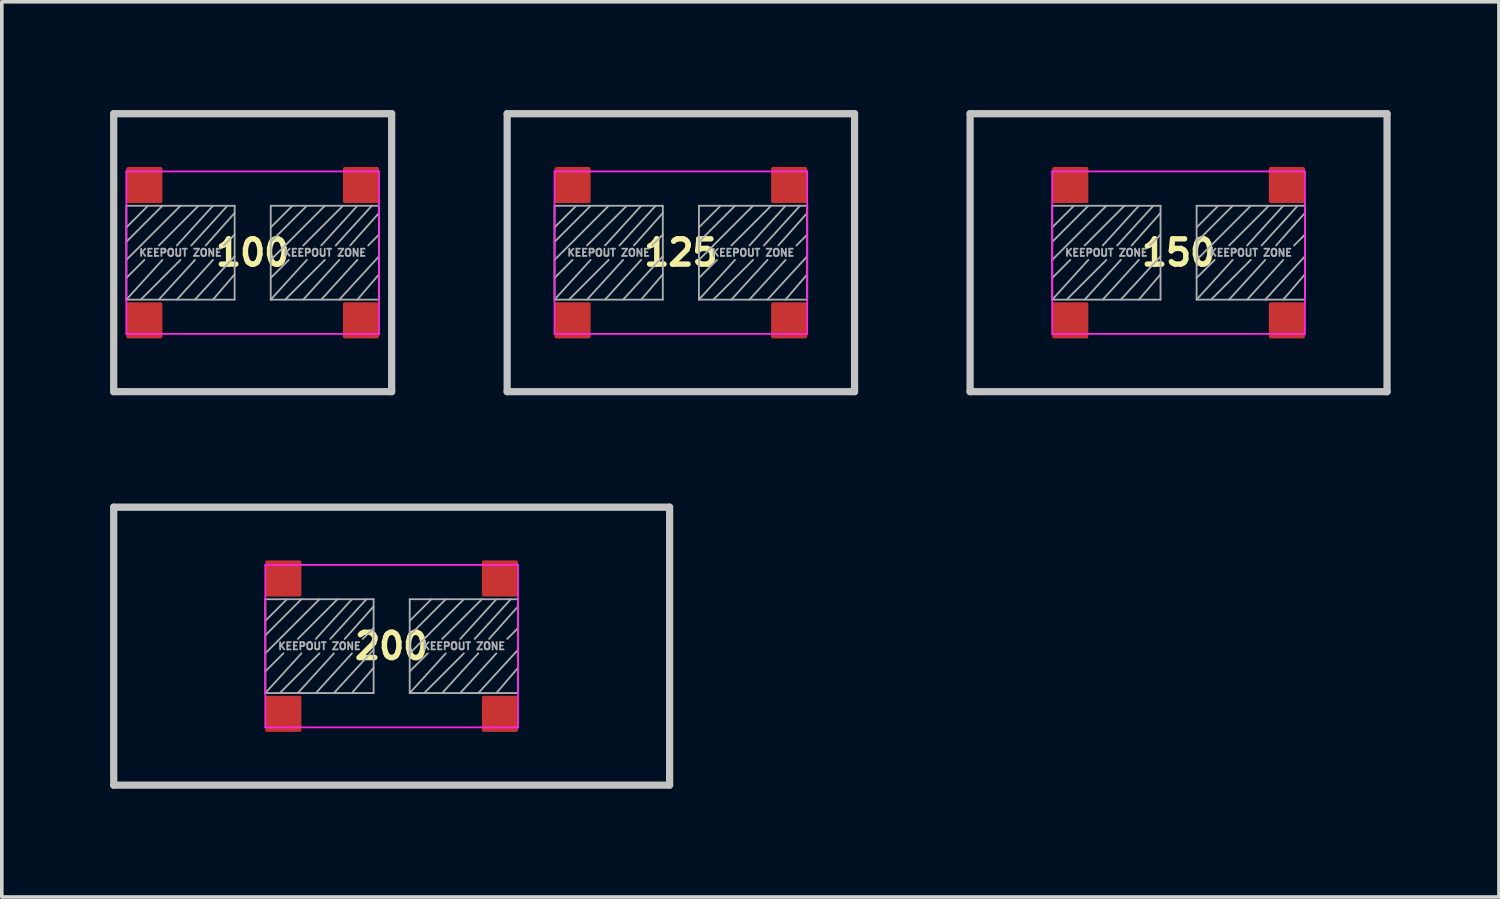
<source format=kicad_pcb>
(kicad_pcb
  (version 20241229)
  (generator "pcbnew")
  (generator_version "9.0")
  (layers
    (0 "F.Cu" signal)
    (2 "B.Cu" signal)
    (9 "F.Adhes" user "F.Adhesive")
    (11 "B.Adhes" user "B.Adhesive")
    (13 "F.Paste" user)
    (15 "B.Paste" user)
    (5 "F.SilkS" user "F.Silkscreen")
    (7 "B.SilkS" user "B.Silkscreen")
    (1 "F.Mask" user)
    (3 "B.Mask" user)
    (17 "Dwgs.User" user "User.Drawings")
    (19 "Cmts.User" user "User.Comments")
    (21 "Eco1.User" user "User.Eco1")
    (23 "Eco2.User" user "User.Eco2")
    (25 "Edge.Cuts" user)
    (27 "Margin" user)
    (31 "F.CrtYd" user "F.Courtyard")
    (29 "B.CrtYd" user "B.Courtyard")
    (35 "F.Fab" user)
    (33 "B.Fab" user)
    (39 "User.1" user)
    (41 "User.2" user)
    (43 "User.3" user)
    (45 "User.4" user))
  (footprint "150"
    (layer "F.Cu")
    (at 29.6 3.95)
    (property "Reference" "150" (at 0 0 180) (layer "F.SilkS") (effects (font (size 0.7 0.7) (thickness 0.15))))
    (attr smd)
    (fp_line (start -5.775 -3.85) (end 5.775 -3.85) (stroke (width 0.2) (type solid)) (layer "Dwgs.User"))
    (fp_line (start -5.775 3.85) (end -5.775 -3.85) (stroke (width 0.2) (type solid)) (layer "Dwgs.User"))
    (fp_line (start 5.775 -3.85) (end 5.775 3.85) (stroke (width 0.2) (type solid)) (layer "Dwgs.User"))
    (fp_line (start 5.775 3.85) (end -5.775 3.85) (stroke (width 0.2) (type solid)) (layer "Dwgs.User"))
    (fp_line (start -3.5 -2.25) (end -3.5 2.25) (stroke (width 0.05) (type solid)) (layer "F.CrtYd"))
    (fp_line (start -3.5 2.25) (end 3.5 2.25) (stroke (width 0.05) (type solid)) (layer "F.CrtYd"))
    (fp_line (start 3.5 -2.25) (end -3.5 -2.25) (stroke (width 0.05) (type solid)) (layer "F.CrtYd"))
    (fp_line (start 3.5 2.25) (end 3.5 -2.25) (stroke (width 0.05) (type solid)) (layer "F.CrtYd"))
    (fp_line (start -3.5 -1.3) (end -0.5 -1.3) (stroke (width 0.05) (type solid)) (layer "F.Fab"))
    (fp_line (start -3.5 -0.7) (end -2.9 -1.3) (stroke (width 0.05) (type solid)) (layer "F.Fab"))
    (fp_line (start -3.5 -0.3) (end -2.5 -1.3) (stroke (width 0.05) (type solid)) (layer "F.Fab"))
    (fp_line (start -3.5 0.2) (end -2 -1.3) (stroke (width 0.05) (type solid)) (layer "F.Fab"))
    (fp_line (start -3.5 0.7) (end -3 0.2) (stroke (width 0.05) (type solid)) (layer "F.Fab"))
    (fp_line (start -3.5 1.3) (end -3.5 -1.3) (stroke (width 0.05) (type solid)) (layer "F.Fab"))
    (fp_line (start -3.5 1.3) (end -2.5 0.2) (stroke (width 0.05) (type solid)) (layer "F.Fab"))
    (fp_line (start -2.6 1.3) (end -1.6 0.2) (stroke (width 0.05) (type solid)) (layer "F.Fab"))
    (fp_line (start -2.1 1.3) (end -1.1 0.2) (stroke (width 0.05) (type solid)) (layer "F.Fab"))
    (fp_line (start -2 0.2) (end -3.1 1.3) (stroke (width 0.05) (type solid)) (layer "F.Fab"))
    (fp_line (start -1.7 -0.2) (end -0.7 -1.3) (stroke (width 0.05) (type solid)) (layer "F.Fab"))
    (fp_line (start -1.6 1.3) (end -0.5 0.1) (stroke (width 0.05) (type solid)) (layer "F.Fab"))
    (fp_line (start -1.5 -1.3) (end -2.6 -0.2) (stroke (width 0.05) (type solid)) (layer "F.Fab"))
    (fp_line (start -1.1 -1.3) (end -2.1 -0.2) (stroke (width 0.05) (type solid)) (layer "F.Fab"))
    (fp_line (start -0.5 -1.3) (end -0.5 1.3) (stroke (width 0.05) (type solid)) (layer "F.Fab"))
    (fp_line (start -0.5 -1.1) (end -1.3 -0.2) (stroke (width 0.05) (type solid)) (layer "F.Fab"))
    (fp_line (start -0.5 -0.5) (end -0.8 -0.2) (stroke (width 0.05) (type solid)) (layer "F.Fab"))
    (fp_line (start -0.5 0.6) (end -1.1 1.3) (stroke (width 0.05) (type solid)) (layer "F.Fab"))
    (fp_line (start -0.5 1.3) (end -3.5 1.3) (stroke (width 0.05) (type solid)) (layer "F.Fab"))
    (fp_line (start 0.5 -1.3) (end 3.5 -1.3) (stroke (width 0.05) (type solid)) (layer "F.Fab"))
    (fp_line (start 0.5 -0.7) (end 1.1 -1.3) (stroke (width 0.05) (type solid)) (layer "F.Fab"))
    (fp_line (start 0.5 -0.3) (end 1.5 -1.3) (stroke (width 0.05) (type solid)) (layer "F.Fab"))
    (fp_line (start 0.5 0.2) (end 2 -1.3) (stroke (width 0.05) (type solid)) (layer "F.Fab"))
    (fp_line (start 0.5 0.7) (end 1 0.2) (stroke (width 0.05) (type solid)) (layer "F.Fab"))
    (fp_line (start 0.5 1.3) (end 0.5 -1.3) (stroke (width 0.05) (type solid)) (layer "F.Fab"))
    (fp_line (start 0.5 1.3) (end 1.5 0.2) (stroke (width 0.05) (type solid)) (layer "F.Fab"))
    (fp_line (start 1.4 1.3) (end 2.4 0.2) (stroke (width 0.05) (type solid)) (layer "F.Fab"))
    (fp_line (start 1.9 1.3) (end 2.9 0.2) (stroke (width 0.05) (type solid)) (layer "F.Fab"))
    (fp_line (start 2 0.2) (end 0.9 1.3) (stroke (width 0.05) (type solid)) (layer "F.Fab"))
    (fp_line (start 2.3 -0.2) (end 3.3 -1.3) (stroke (width 0.05) (type solid)) (layer "F.Fab"))
    (fp_line (start 2.4 1.3) (end 3.5 0.1) (stroke (width 0.05) (type solid)) (layer "F.Fab"))
    (fp_line (start 2.5 -1.3) (end 1.4 -0.2) (stroke (width 0.05) (type solid)) (layer "F.Fab"))
    (fp_line (start 2.9 -1.3) (end 1.9 -0.2) (stroke (width 0.05) (type solid)) (layer "F.Fab"))
    (fp_line (start 3.5 -1.3) (end 3.5 1.3) (stroke (width 0.05) (type solid)) (layer "F.Fab"))
    (fp_line (start 3.5 -1.1) (end 2.7 -0.2) (stroke (width 0.05) (type solid)) (layer "F.Fab"))
    (fp_line (start 3.5 -0.5) (end 3.2 -0.2) (stroke (width 0.05) (type solid)) (layer "F.Fab"))
    (fp_line (start 3.5 0.6) (end 2.9 1.3) (stroke (width 0.05) (type solid)) (layer "F.Fab"))
    (fp_line (start 3.5 1.3) (end 0.5 1.3) (stroke (width 0.05) (type solid)) (layer "F.Fab"))
    (fp_text user "KEEPOUT ZONE" (at 2 0 0) (layer "F.Fab") (effects (font (size 0.2 0.2) (thickness 0.05))))
    (fp_text user "KEEPOUT ZONE" (at -2 0 0) (layer "F.Fab") (effects (font (size 0.2 0.2) (thickness 0.05))))
    (pad "1" smd roundrect (at -3 -1.875) (size 1 1) (layers "F.Cu" "F.Mask" "F.Paste") (roundrect_rratio 0.05))
    (pad "1" smd roundrect (at 3 -1.875) (size 1 1) (layers "F.Cu" "F.Mask" "F.Paste") (roundrect_rratio 0.05))
    (pad "2" smd roundrect (at -3 1.875) (size 1 1) (layers "F.Cu" "F.Mask" "F.Paste") (roundrect_rratio 0.05))
    (pad "2" smd roundrect (at 3 1.875) (size 1 1) (layers "F.Cu" "F.Mask" "F.Paste") (roundrect_rratio 0.05)))
  (footprint "200"
    (layer "F.Cu")
    (at 7.8 14.85)
    (property "Reference" "200" (at 0 0 180) (layer "F.SilkS") (effects (font (size 0.7 0.7) (thickness 0.15))))
    (attr smd)
    (fp_line (start -7.7 -3.85) (end 7.7 -3.85) (stroke (width 0.2) (type solid)) (layer "Dwgs.User"))
    (fp_line (start -7.7 3.85) (end -7.7 -3.85) (stroke (width 0.2) (type solid)) (layer "Dwgs.User"))
    (fp_line (start 7.7 -3.85) (end 7.7 3.85) (stroke (width 0.2) (type solid)) (layer "Dwgs.User"))
    (fp_line (start 7.7 3.85) (end -7.7 3.85) (stroke (width 0.2) (type solid)) (layer "Dwgs.User"))
    (fp_line (start -3.5 -2.25) (end -3.5 2.25) (stroke (width 0.05) (type solid)) (layer "F.CrtYd"))
    (fp_line (start -3.5 2.25) (end 3.5 2.25) (stroke (width 0.05) (type solid)) (layer "F.CrtYd"))
    (fp_line (start 3.5 -2.25) (end -3.5 -2.25) (stroke (width 0.05) (type solid)) (layer "F.CrtYd"))
    (fp_line (start 3.5 2.25) (end 3.5 -2.25) (stroke (width 0.05) (type solid)) (layer "F.CrtYd"))
    (fp_line (start -3.5 -1.3) (end -0.5 -1.3) (stroke (width 0.05) (type solid)) (layer "F.Fab"))
    (fp_line (start -3.5 -0.7) (end -2.9 -1.3) (stroke (width 0.05) (type solid)) (layer "F.Fab"))
    (fp_line (start -3.5 -0.3) (end -2.5 -1.3) (stroke (width 0.05) (type solid)) (layer "F.Fab"))
    (fp_line (start -3.5 0.2) (end -2 -1.3) (stroke (width 0.05) (type solid)) (layer "F.Fab"))
    (fp_line (start -3.5 0.7) (end -3 0.2) (stroke (width 0.05) (type solid)) (layer "F.Fab"))
    (fp_line (start -3.5 1.3) (end -3.5 -1.3) (stroke (width 0.05) (type solid)) (layer "F.Fab"))
    (fp_line (start -3.5 1.3) (end -2.5 0.2) (stroke (width 0.05) (type solid)) (layer "F.Fab"))
    (fp_line (start -2.6 1.3) (end -1.6 0.2) (stroke (width 0.05) (type solid)) (layer "F.Fab"))
    (fp_line (start -2.1 1.3) (end -1.1 0.2) (stroke (width 0.05) (type solid)) (layer "F.Fab"))
    (fp_line (start -2 0.2) (end -3.1 1.3) (stroke (width 0.05) (type solid)) (layer "F.Fab"))
    (fp_line (start -1.7 -0.2) (end -0.7 -1.3) (stroke (width 0.05) (type solid)) (layer "F.Fab"))
    (fp_line (start -1.6 1.3) (end -0.5 0.1) (stroke (width 0.05) (type solid)) (layer "F.Fab"))
    (fp_line (start -1.5 -1.3) (end -2.6 -0.2) (stroke (width 0.05) (type solid)) (layer "F.Fab"))
    (fp_line (start -1.1 -1.3) (end -2.1 -0.2) (stroke (width 0.05) (type solid)) (layer "F.Fab"))
    (fp_line (start -0.5 -1.3) (end -0.5 1.3) (stroke (width 0.05) (type solid)) (layer "F.Fab"))
    (fp_line (start -0.5 -1.1) (end -1.3 -0.2) (stroke (width 0.05) (type solid)) (layer "F.Fab"))
    (fp_line (start -0.5 -0.5) (end -0.8 -0.2) (stroke (width 0.05) (type solid)) (layer "F.Fab"))
    (fp_line (start -0.5 0.6) (end -1.1 1.3) (stroke (width 0.05) (type solid)) (layer "F.Fab"))
    (fp_line (start -0.5 1.3) (end -3.5 1.3) (stroke (width 0.05) (type solid)) (layer "F.Fab"))
    (fp_line (start 0.5 -1.3) (end 3.5 -1.3) (stroke (width 0.05) (type solid)) (layer "F.Fab"))
    (fp_line (start 0.5 -0.7) (end 1.1 -1.3) (stroke (width 0.05) (type solid)) (layer "F.Fab"))
    (fp_line (start 0.5 -0.3) (end 1.5 -1.3) (stroke (width 0.05) (type solid)) (layer "F.Fab"))
    (fp_line (start 0.5 0.2) (end 2 -1.3) (stroke (width 0.05) (type solid)) (layer "F.Fab"))
    (fp_line (start 0.5 0.7) (end 1 0.2) (stroke (width 0.05) (type solid)) (layer "F.Fab"))
    (fp_line (start 0.5 1.3) (end 0.5 -1.3) (stroke (width 0.05) (type solid)) (layer "F.Fab"))
    (fp_line (start 0.5 1.3) (end 1.5 0.2) (stroke (width 0.05) (type solid)) (layer "F.Fab"))
    (fp_line (start 1.4 1.3) (end 2.4 0.2) (stroke (width 0.05) (type solid)) (layer "F.Fab"))
    (fp_line (start 1.9 1.3) (end 2.9 0.2) (stroke (width 0.05) (type solid)) (layer "F.Fab"))
    (fp_line (start 2 0.2) (end 0.9 1.3) (stroke (width 0.05) (type solid)) (layer "F.Fab"))
    (fp_line (start 2.3 -0.2) (end 3.3 -1.3) (stroke (width 0.05) (type solid)) (layer "F.Fab"))
    (fp_line (start 2.4 1.3) (end 3.5 0.1) (stroke (width 0.05) (type solid)) (layer "F.Fab"))
    (fp_line (start 2.5 -1.3) (end 1.4 -0.2) (stroke (width 0.05) (type solid)) (layer "F.Fab"))
    (fp_line (start 2.9 -1.3) (end 1.9 -0.2) (stroke (width 0.05) (type solid)) (layer "F.Fab"))
    (fp_line (start 3.5 -1.3) (end 3.5 1.3) (stroke (width 0.05) (type solid)) (layer "F.Fab"))
    (fp_line (start 3.5 -1.1) (end 2.7 -0.2) (stroke (width 0.05) (type solid)) (layer "F.Fab"))
    (fp_line (start 3.5 -0.5) (end 3.2 -0.2) (stroke (width 0.05) (type solid)) (layer "F.Fab"))
    (fp_line (start 3.5 0.6) (end 2.9 1.3) (stroke (width 0.05) (type solid)) (layer "F.Fab"))
    (fp_line (start 3.5 1.3) (end 0.5 1.3) (stroke (width 0.05) (type solid)) (layer "F.Fab"))
    (fp_text user "KEEPOUT ZONE" (at 2 0 0) (layer "F.Fab") (effects (font (size 0.2 0.2) (thickness 0.05))))
    (fp_text user "KEEPOUT ZONE" (at -2 0 0) (layer "F.Fab") (effects (font (size 0.2 0.2) (thickness 0.05))))
    (pad "1" smd roundrect (at -3 -1.875) (size 1 1) (layers "F.Cu" "F.Mask" "F.Paste") (roundrect_rratio 0.05))
    (pad "1" smd roundrect (at 3 -1.875) (size 1 1) (layers "F.Cu" "F.Mask" "F.Paste") (roundrect_rratio 0.05))
    (pad "2" smd roundrect (at -3 1.875) (size 1 1) (layers "F.Cu" "F.Mask" "F.Paste") (roundrect_rratio 0.05))
    (pad "2" smd roundrect (at 3 1.875) (size 1 1) (layers "F.Cu" "F.Mask" "F.Paste") (roundrect_rratio 0.05)))
  (footprint "100"
    (layer "F.Cu")
    (at 3.95 3.95)
    (property "Reference" "100" (at 0 0 180) (layer "F.SilkS") (effects (font (size 0.7 0.7) (thickness 0.15))))
    (attr smd)
    (fp_line (start -3.85 -3.85) (end 3.85 -3.85) (stroke (width 0.2) (type solid)) (layer "Dwgs.User"))
    (fp_line (start -3.85 3.85) (end -3.85 -3.85) (stroke (width 0.2) (type solid)) (layer "Dwgs.User"))
    (fp_line (start 3.85 -3.85) (end 3.85 3.85) (stroke (width 0.2) (type solid)) (layer "Dwgs.User"))
    (fp_line (start 3.85 3.85) (end -3.85 3.85) (stroke (width 0.2) (type solid)) (layer "Dwgs.User"))
    (fp_line (start -3.5 -2.25) (end -3.5 2.25) (stroke (width 0.05) (type solid)) (layer "F.CrtYd"))
    (fp_line (start -3.5 2.25) (end 3.5 2.25) (stroke (width 0.05) (type solid)) (layer "F.CrtYd"))
    (fp_line (start 3.5 -2.25) (end -3.5 -2.25) (stroke (width 0.05) (type solid)) (layer "F.CrtYd"))
    (fp_line (start 3.5 2.25) (end 3.5 -2.25) (stroke (width 0.05) (type solid)) (layer "F.CrtYd"))
    (fp_line (start -3.5 -1.3) (end -0.5 -1.3) (stroke (width 0.05) (type solid)) (layer "F.Fab"))
    (fp_line (start -3.5 -0.7) (end -2.9 -1.3) (stroke (width 0.05) (type solid)) (layer "F.Fab"))
    (fp_line (start -3.5 -0.3) (end -2.5 -1.3) (stroke (width 0.05) (type solid)) (layer "F.Fab"))
    (fp_line (start -3.5 0.2) (end -2 -1.3) (stroke (width 0.05) (type solid)) (layer "F.Fab"))
    (fp_line (start -3.5 0.7) (end -3 0.2) (stroke (width 0.05) (type solid)) (layer "F.Fab"))
    (fp_line (start -3.5 1.3) (end -3.5 -1.3) (stroke (width 0.05) (type solid)) (layer "F.Fab"))
    (fp_line (start -3.5 1.3) (end -2.5 0.2) (stroke (width 0.05) (type solid)) (layer "F.Fab"))
    (fp_line (start -2.6 1.3) (end -1.6 0.2) (stroke (width 0.05) (type solid)) (layer "F.Fab"))
    (fp_line (start -2.1 1.3) (end -1.1 0.2) (stroke (width 0.05) (type solid)) (layer "F.Fab"))
    (fp_line (start -2 0.2) (end -3.1 1.3) (stroke (width 0.05) (type solid)) (layer "F.Fab"))
    (fp_line (start -1.7 -0.2) (end -0.7 -1.3) (stroke (width 0.05) (type solid)) (layer "F.Fab"))
    (fp_line (start -1.6 1.3) (end -0.5 0.1) (stroke (width 0.05) (type solid)) (layer "F.Fab"))
    (fp_line (start -1.5 -1.3) (end -2.6 -0.2) (stroke (width 0.05) (type solid)) (layer "F.Fab"))
    (fp_line (start -1.1 -1.3) (end -2.1 -0.2) (stroke (width 0.05) (type solid)) (layer "F.Fab"))
    (fp_line (start -0.5 -1.3) (end -0.5 1.3) (stroke (width 0.05) (type solid)) (layer "F.Fab"))
    (fp_line (start -0.5 -1.1) (end -1.3 -0.2) (stroke (width 0.05) (type solid)) (layer "F.Fab"))
    (fp_line (start -0.5 -0.5) (end -0.8 -0.2) (stroke (width 0.05) (type solid)) (layer "F.Fab"))
    (fp_line (start -0.5 0.6) (end -1.1 1.3) (stroke (width 0.05) (type solid)) (layer "F.Fab"))
    (fp_line (start -0.5 1.3) (end -3.5 1.3) (stroke (width 0.05) (type solid)) (layer "F.Fab"))
    (fp_line (start 0.5 -1.3) (end 3.5 -1.3) (stroke (width 0.05) (type solid)) (layer "F.Fab"))
    (fp_line (start 0.5 -0.7) (end 1.1 -1.3) (stroke (width 0.05) (type solid)) (layer "F.Fab"))
    (fp_line (start 0.5 -0.3) (end 1.5 -1.3) (stroke (width 0.05) (type solid)) (layer "F.Fab"))
    (fp_line (start 0.5 0.2) (end 2 -1.3) (stroke (width 0.05) (type solid)) (layer "F.Fab"))
    (fp_line (start 0.5 0.7) (end 1 0.2) (stroke (width 0.05) (type solid)) (layer "F.Fab"))
    (fp_line (start 0.5 1.3) (end 0.5 -1.3) (stroke (width 0.05) (type solid)) (layer "F.Fab"))
    (fp_line (start 0.5 1.3) (end 1.5 0.2) (stroke (width 0.05) (type solid)) (layer "F.Fab"))
    (fp_line (start 1.4 1.3) (end 2.4 0.2) (stroke (width 0.05) (type solid)) (layer "F.Fab"))
    (fp_line (start 1.9 1.3) (end 2.9 0.2) (stroke (width 0.05) (type solid)) (layer "F.Fab"))
    (fp_line (start 2 0.2) (end 0.9 1.3) (stroke (width 0.05) (type solid)) (layer "F.Fab"))
    (fp_line (start 2.3 -0.2) (end 3.3 -1.3) (stroke (width 0.05) (type solid)) (layer "F.Fab"))
    (fp_line (start 2.4 1.3) (end 3.5 0.1) (stroke (width 0.05) (type solid)) (layer "F.Fab"))
    (fp_line (start 2.5 -1.3) (end 1.4 -0.2) (stroke (width 0.05) (type solid)) (layer "F.Fab"))
    (fp_line (start 2.9 -1.3) (end 1.9 -0.2) (stroke (width 0.05) (type solid)) (layer "F.Fab"))
    (fp_line (start 3.5 -1.3) (end 3.5 1.3) (stroke (width 0.05) (type solid)) (layer "F.Fab"))
    (fp_line (start 3.5 -1.1) (end 2.7 -0.2) (stroke (width 0.05) (type solid)) (layer "F.Fab"))
    (fp_line (start 3.5 -0.5) (end 3.2 -0.2) (stroke (width 0.05) (type solid)) (layer "F.Fab"))
    (fp_line (start 3.5 0.6) (end 2.9 1.3) (stroke (width 0.05) (type solid)) (layer "F.Fab"))
    (fp_line (start 3.5 1.3) (end 0.5 1.3) (stroke (width 0.05) (type solid)) (layer "F.Fab"))
    (fp_text user "KEEPOUT ZONE" (at -2 0 0) (layer "F.Fab") (effects (font (size 0.2 0.2) (thickness 0.05))))
    (fp_text user "KEEPOUT ZONE" (at 2 0 0) (layer "F.Fab") (effects (font (size 0.2 0.2) (thickness 0.05))))
    (pad "1" smd roundrect (at -3 -1.875) (size 1 1) (layers "F.Cu" "F.Mask" "F.Paste") (roundrect_rratio 0.05))
    (pad "1" smd roundrect (at 3 -1.875) (size 1 1) (layers "F.Cu" "F.Mask" "F.Paste") (roundrect_rratio 0.05))
    (pad "2" smd roundrect (at -3 1.875) (size 1 1) (layers "F.Cu" "F.Mask" "F.Paste") (roundrect_rratio 0.05))
    (pad "2" smd roundrect (at 3 1.875) (size 1 1) (layers "F.Cu" "F.Mask" "F.Paste") (roundrect_rratio 0.05)))
  (footprint "125"
    (layer "F.Cu")
    (at 15.812 3.95)
    (property "Reference" "125" (at 0 0 180) (layer "F.SilkS") (effects (font (size 0.7 0.7) (thickness 0.15))))
    (attr smd)
    (fp_line (start -4.812 -3.85) (end 4.812 -3.85) (stroke (width 0.2) (type solid)) (layer "Dwgs.User"))
    (fp_line (start -4.812 3.85) (end -4.812 -3.85) (stroke (width 0.2) (type solid)) (layer "Dwgs.User"))
    (fp_line (start 4.812 -3.85) (end 4.812 3.85) (stroke (width 0.2) (type solid)) (layer "Dwgs.User"))
    (fp_line (start 4.812 3.85) (end -4.812 3.85) (stroke (width 0.2) (type solid)) (layer "Dwgs.User"))
    (fp_line (start -3.5 -2.25) (end -3.5 2.25) (stroke (width 0.05) (type solid)) (layer "F.CrtYd"))
    (fp_line (start -3.5 2.25) (end 3.5 2.25) (stroke (width 0.05) (type solid)) (layer "F.CrtYd"))
    (fp_line (start 3.5 -2.25) (end -3.5 -2.25) (stroke (width 0.05) (type solid)) (layer "F.CrtYd"))
    (fp_line (start 3.5 2.25) (end 3.5 -2.25) (stroke (width 0.05) (type solid)) (layer "F.CrtYd"))
    (fp_line (start -3.5 -1.3) (end -0.5 -1.3) (stroke (width 0.05) (type solid)) (layer "F.Fab"))
    (fp_line (start -3.5 -0.7) (end -2.9 -1.3) (stroke (width 0.05) (type solid)) (layer "F.Fab"))
    (fp_line (start -3.5 -0.3) (end -2.5 -1.3) (stroke (width 0.05) (type solid)) (layer "F.Fab"))
    (fp_line (start -3.5 0.2) (end -2 -1.3) (stroke (width 0.05) (type solid)) (layer "F.Fab"))
    (fp_line (start -3.5 0.7) (end -3 0.2) (stroke (width 0.05) (type solid)) (layer "F.Fab"))
    (fp_line (start -3.5 1.3) (end -3.5 -1.3) (stroke (width 0.05) (type solid)) (layer "F.Fab"))
    (fp_line (start -3.5 1.3) (end -2.5 0.2) (stroke (width 0.05) (type solid)) (layer "F.Fab"))
    (fp_line (start -2.6 1.3) (end -1.6 0.2) (stroke (width 0.05) (type solid)) (layer "F.Fab"))
    (fp_line (start -2.1 1.3) (end -1.1 0.2) (stroke (width 0.05) (type solid)) (layer "F.Fab"))
    (fp_line (start -2 0.2) (end -3.1 1.3) (stroke (width 0.05) (type solid)) (layer "F.Fab"))
    (fp_line (start -1.7 -0.2) (end -0.7 -1.3) (stroke (width 0.05) (type solid)) (layer "F.Fab"))
    (fp_line (start -1.6 1.3) (end -0.5 0.1) (stroke (width 0.05) (type solid)) (layer "F.Fab"))
    (fp_line (start -1.5 -1.3) (end -2.6 -0.2) (stroke (width 0.05) (type solid)) (layer "F.Fab"))
    (fp_line (start -1.1 -1.3) (end -2.1 -0.2) (stroke (width 0.05) (type solid)) (layer "F.Fab"))
    (fp_line (start -0.5 -1.3) (end -0.5 1.3) (stroke (width 0.05) (type solid)) (layer "F.Fab"))
    (fp_line (start -0.5 -1.1) (end -1.3 -0.2) (stroke (width 0.05) (type solid)) (layer "F.Fab"))
    (fp_line (start -0.5 -0.5) (end -0.8 -0.2) (stroke (width 0.05) (type solid)) (layer "F.Fab"))
    (fp_line (start -0.5 0.6) (end -1.1 1.3) (stroke (width 0.05) (type solid)) (layer "F.Fab"))
    (fp_line (start -0.5 1.3) (end -3.5 1.3) (stroke (width 0.05) (type solid)) (layer "F.Fab"))
    (fp_line (start 0.5 -1.3) (end 3.5 -1.3) (stroke (width 0.05) (type solid)) (layer "F.Fab"))
    (fp_line (start 0.5 -0.7) (end 1.1 -1.3) (stroke (width 0.05) (type solid)) (layer "F.Fab"))
    (fp_line (start 0.5 -0.3) (end 1.5 -1.3) (stroke (width 0.05) (type solid)) (layer "F.Fab"))
    (fp_line (start 0.5 0.2) (end 2 -1.3) (stroke (width 0.05) (type solid)) (layer "F.Fab"))
    (fp_line (start 0.5 0.7) (end 1 0.2) (stroke (width 0.05) (type solid)) (layer "F.Fab"))
    (fp_line (start 0.5 1.3) (end 0.5 -1.3) (stroke (width 0.05) (type solid)) (layer "F.Fab"))
    (fp_line (start 0.5 1.3) (end 1.5 0.2) (stroke (width 0.05) (type solid)) (layer "F.Fab"))
    (fp_line (start 1.4 1.3) (end 2.4 0.2) (stroke (width 0.05) (type solid)) (layer "F.Fab"))
    (fp_line (start 1.9 1.3) (end 2.9 0.2) (stroke (width 0.05) (type solid)) (layer "F.Fab"))
    (fp_line (start 2 0.2) (end 0.9 1.3) (stroke (width 0.05) (type solid)) (layer "F.Fab"))
    (fp_line (start 2.3 -0.2) (end 3.3 -1.3) (stroke (width 0.05) (type solid)) (layer "F.Fab"))
    (fp_line (start 2.4 1.3) (end 3.5 0.1) (stroke (width 0.05) (type solid)) (layer "F.Fab"))
    (fp_line (start 2.5 -1.3) (end 1.4 -0.2) (stroke (width 0.05) (type solid)) (layer "F.Fab"))
    (fp_line (start 2.9 -1.3) (end 1.9 -0.2) (stroke (width 0.05) (type solid)) (layer "F.Fab"))
    (fp_line (start 3.5 -1.3) (end 3.5 1.3) (stroke (width 0.05) (type solid)) (layer "F.Fab"))
    (fp_line (start 3.5 -1.1) (end 2.7 -0.2) (stroke (width 0.05) (type solid)) (layer "F.Fab"))
    (fp_line (start 3.5 -0.5) (end 3.2 -0.2) (stroke (width 0.05) (type solid)) (layer "F.Fab"))
    (fp_line (start 3.5 0.6) (end 2.9 1.3) (stroke (width 0.05) (type solid)) (layer "F.Fab"))
    (fp_line (start 3.5 1.3) (end 0.5 1.3) (stroke (width 0.05) (type solid)) (layer "F.Fab"))
    (fp_text user "KEEPOUT ZONE" (at -2 0 0) (layer "F.Fab") (effects (font (size 0.2 0.2) (thickness 0.05))))
    (fp_text user "KEEPOUT ZONE" (at 2 0 0) (layer "F.Fab") (effects (font (size 0.2 0.2) (thickness 0.05))))
    (pad "1" smd roundrect (at -3 -1.875) (size 1 1) (layers "F.Cu" "F.Mask" "F.Paste") (roundrect_rratio 0.05))
    (pad "1" smd roundrect (at 3 -1.875) (size 1 1) (layers "F.Cu" "F.Mask" "F.Paste") (roundrect_rratio 0.05))
    (pad "2" smd roundrect (at -3 1.875) (size 1 1) (layers "F.Cu" "F.Mask" "F.Paste") (roundrect_rratio 0.05))
    (pad "2" smd roundrect (at 3 1.875) (size 1 1) (layers "F.Cu" "F.Mask" "F.Paste") (roundrect_rratio 0.05)))
  (gr_rect
    (start -3 -3)
    (end 38.475 21.8)
    (stroke (width 0.1) (type default))
    (fill no)
    (layer "Edge.Cuts")))
</source>
